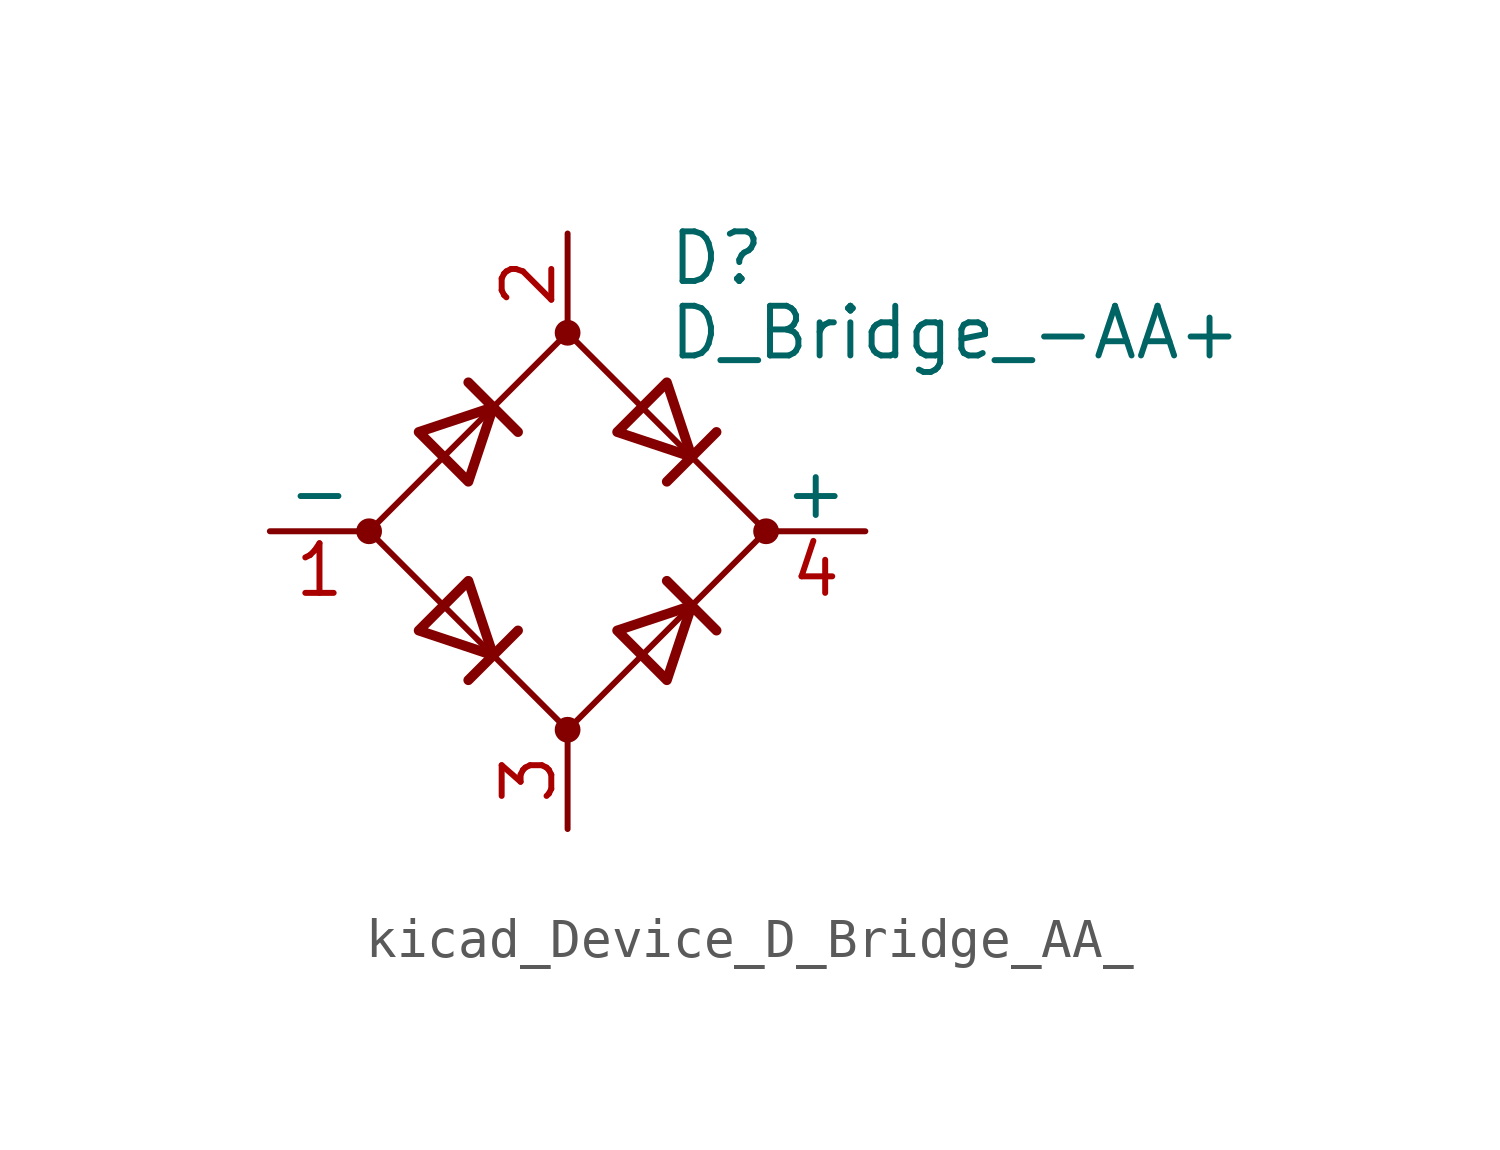
<source format=kicad_sym>
(kicad_symbol_lib
  (version 20220914)
  (generator kicad_symbol_editor)
  (symbol "kicad_Device_D_Bridge_AA_"
    (pin_names
      (offset 0))
    (property "Reference" "D"
      (at 2.54 6.985 0)
      (effects (font (size 1.27 1.27)) (justify left)))
    (property "Value" "D_Bridge_-AA+"
      (at 2.54 5.08 0)
      (effects (font (size 1.27 1.27)) (justify left)))
    (symbol "kicad_Device_D_Bridge_AA__0_1"
      (circle (center -5.08 0) (radius 0.254) (stroke (width 0) (type default)) (fill (type outline)))
      (circle (center 0 -5.08) (radius 0.254) (stroke (width 0) (type default)) (fill (type outline)))
      (polyline (pts (xy -2.54 3.81) (xy -1.27 2.54)) (stroke (width 0.254) (type default)) (fill (type none)))
      (polyline (pts (xy -1.27 -2.54) (xy -2.54 -3.81)) (stroke (width 0.254) (type default)) (fill (type none)))
      (polyline (pts (xy 2.54 -1.27) (xy 3.81 -2.54)) (stroke (width 0.254) (type default)) (fill (type none)))
      (polyline (pts (xy 2.54 1.27) (xy 3.81 2.54)) (stroke (width 0.254) (type default)) (fill (type none)))
      (polyline (pts (xy -3.81 2.54) (xy -2.54 1.27) (xy -1.905 3.175) (xy -3.81 2.54)) (stroke (width 0.254) (type default)) (fill (type none)))
      (polyline (pts (xy -2.54 -1.27) (xy -3.81 -2.54) (xy -1.905 -3.175) (xy -2.54 -1.27)) (stroke (width 0.254) (type default)) (fill (type none)))
      (polyline (pts (xy 1.27 2.54) (xy 2.54 3.81) (xy 3.175 1.905) (xy 1.27 2.54)) (stroke (width 0.254) (type default)) (fill (type none)))
      (polyline (pts (xy 3.175 -1.905) (xy 1.27 -2.54) (xy 2.54 -3.81) (xy 3.175 -1.905)) (stroke (width 0.254) (type default)) (fill (type none)))
      (polyline (pts (xy -5.08 0) (xy 0 -5.08) (xy 5.08 0) (xy 0 5.08) (xy -5.08 0)) (stroke (width 0) (type default)) (fill (type none)))
      (circle (center 0 5.08) (radius 0.254) (stroke (width 0) (type default)) (fill (type outline)))
      (circle (center 5.08 0) (radius 0.254) (stroke (width 0) (type default)) (fill (type outline))))
    (symbol "kicad_Device_D_Bridge_AA__1_1"
      (pin passive line (at -7.62 0 0) (length 2.54) (name "-" (effects (font (size 1.27 1.27)))) (number "1" (effects (font (size 1.27 1.27)))))
      (pin passive line (at 0 7.62 270) (length 2.54) (name "~" (effects (font (size 1.27 1.27)))) (number "2" (effects (font (size 1.27 1.27)))))
      (pin passive line (at 0 -7.62 90) (length 2.54) (name "~" (effects (font (size 1.27 1.27)))) (number "3" (effects (font (size 1.27 1.27)))))
      (pin passive line (at 7.62 0 180) (length 2.54) (name "+" (effects (font (size 1.27 1.27)))) (number "4" (effects (font (size 1.27 1.27))))))))
</source>
